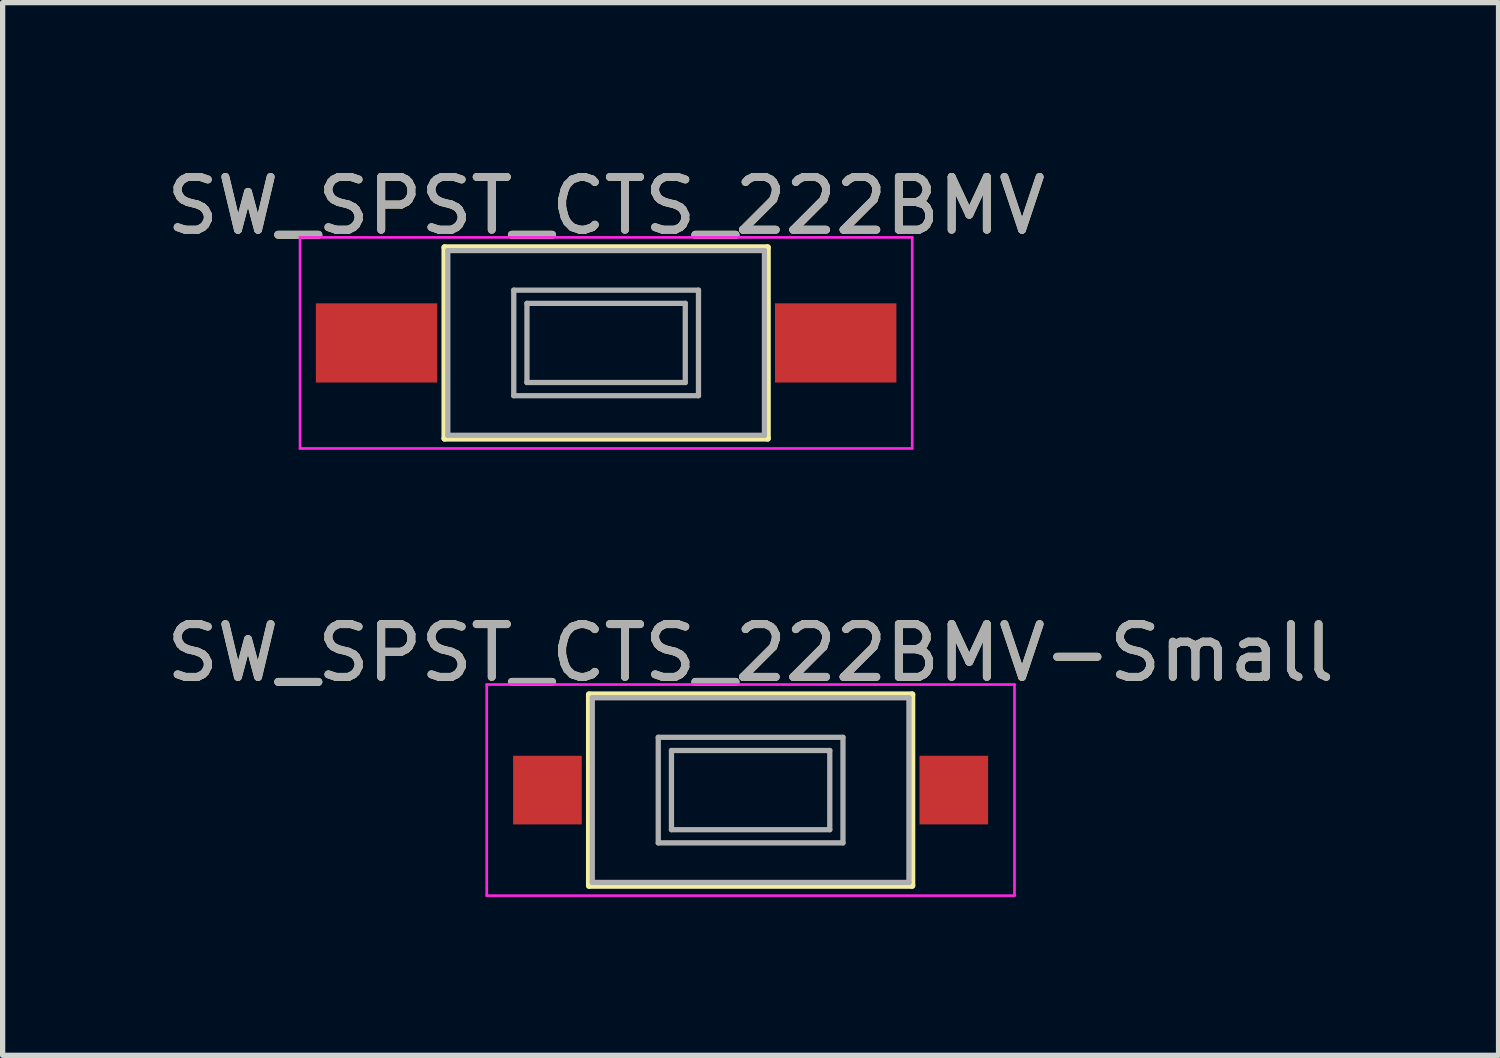
<source format=kicad_pcb>
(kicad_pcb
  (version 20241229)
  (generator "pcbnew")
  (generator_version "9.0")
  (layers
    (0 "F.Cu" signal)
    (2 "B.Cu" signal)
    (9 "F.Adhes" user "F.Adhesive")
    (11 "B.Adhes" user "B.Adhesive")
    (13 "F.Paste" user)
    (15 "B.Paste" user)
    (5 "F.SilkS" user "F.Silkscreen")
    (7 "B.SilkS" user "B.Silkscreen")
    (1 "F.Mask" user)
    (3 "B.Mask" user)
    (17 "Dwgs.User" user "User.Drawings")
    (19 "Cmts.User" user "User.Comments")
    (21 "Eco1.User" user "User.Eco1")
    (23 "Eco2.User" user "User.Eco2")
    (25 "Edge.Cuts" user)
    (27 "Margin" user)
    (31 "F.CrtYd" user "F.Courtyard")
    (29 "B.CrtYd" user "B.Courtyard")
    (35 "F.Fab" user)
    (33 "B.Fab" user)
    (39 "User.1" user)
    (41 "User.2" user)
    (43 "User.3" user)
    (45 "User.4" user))
  (footprint "SW_SPST_CTS_222BMV"
    (layer "F.Cu")
    (at 8.435 3.448)
    (property "Reference" "SW_SPST_CTS_222BMV" (at 0 -2.6 0) (layer "F.SilkS") (effects (font (size 1 1) (thickness 0.15))))
    (attr smd)
    (fp_line (start -3.06 -1.81) (end 3.06 -1.81) (stroke (width 0.12) (type solid)) (layer "F.SilkS"))
    (fp_line (start -3.06 1.81) (end -3.06 -1.81) (stroke (width 0.12) (type solid)) (layer "F.SilkS"))
    (fp_line (start 3.06 -1.81) (end 3.06 1.81) (stroke (width 0.12) (type solid)) (layer "F.SilkS"))
    (fp_line (start 3.06 1.81) (end -3.06 1.81) (stroke (width 0.12) (type solid)) (layer "F.SilkS"))
    (fp_line (start -5.8 -2) (end -5.8 2) (stroke (width 0.05) (type solid)) (layer "F.CrtYd"))
    (fp_line (start -5.8 -2) (end 5.8 -2) (stroke (width 0.05) (type solid)) (layer "F.CrtYd"))
    (fp_line (start -5.8 2) (end 5.8 2) (stroke (width 0.05) (type solid)) (layer "F.CrtYd"))
    (fp_line (start 5.8 -2) (end 5.8 2) (stroke (width 0.05) (type solid)) (layer "F.CrtYd"))
    (fp_line (start -3 -1.75) (end -3 1.75) (stroke (width 0.1) (type solid)) (layer "F.Fab"))
    (fp_line (start -3 -1.75) (end 3 -1.75) (stroke (width 0.1) (type solid)) (layer "F.Fab"))
    (fp_line (start -3 1.75) (end 3 1.75) (stroke (width 0.1) (type solid)) (layer "F.Fab"))
    (fp_line (start -1.75 -1) (end 1.75 -1) (stroke (width 0.1) (type solid)) (layer "F.Fab"))
    (fp_line (start -1.75 1) (end -1.75 -1) (stroke (width 0.1) (type solid)) (layer "F.Fab"))
    (fp_line (start -1.5 -0.75) (end -1.5 0.75) (stroke (width 0.1) (type solid)) (layer "F.Fab"))
    (fp_line (start -1.5 -0.75) (end 1.5 -0.75) (stroke (width 0.1) (type solid)) (layer "F.Fab"))
    (fp_line (start -1.5 0.75) (end 1.5 0.75) (stroke (width 0.1) (type solid)) (layer "F.Fab"))
    (fp_line (start 1.5 -0.75) (end 1.5 0.75) (stroke (width 0.1) (type solid)) (layer "F.Fab"))
    (fp_line (start 1.75 -1) (end 1.75 1) (stroke (width 0.1) (type solid)) (layer "F.Fab"))
    (fp_line (start 1.75 1) (end -1.75 1) (stroke (width 0.1) (type solid)) (layer "F.Fab"))
    (fp_line (start 3 -1.75) (end 3 1.75) (stroke (width 0.1) (type solid)) (layer "F.Fab"))
    (fp_text user "${REFERENCE}" (at 0 -2.6 0) (layer "F.Fab") (effects (font (size 1 1) (thickness 0.15))))
    (pad "1" smd rect (at -4.35 0) (size 2.3 1.5) (layers "F.Cu" "F.Mask" "F.Paste"))
    (pad "2" smd rect (at 4.35 0) (size 2.3 1.5) (layers "F.Cu" "F.Mask" "F.Paste")))
  (footprint "SW_SPST_CTS_222BMV-Small"
    (layer "F.Cu")
    (at 11.173 11.921)
    (property "Reference" "SW_SPST_CTS_222BMV-Small" (at 0 -2.6 0) (layer "F.SilkS") (effects (font (size 1 1) (thickness 0.15))))
    (attr smd)
    (fp_line (start -3.06 -1.81) (end 3.06 -1.81) (stroke (width 0.12) (type solid)) (layer "F.SilkS"))
    (fp_line (start -3.06 1.81) (end -3.06 -1.81) (stroke (width 0.12) (type solid)) (layer "F.SilkS"))
    (fp_line (start 3.06 -1.81) (end 3.06 1.81) (stroke (width 0.12) (type solid)) (layer "F.SilkS"))
    (fp_line (start 3.06 1.81) (end -3.06 1.81) (stroke (width 0.12) (type solid)) (layer "F.SilkS"))
    (fp_line (start -5 -2) (end -5 2) (stroke (width 0.05) (type solid)) (layer "F.CrtYd"))
    (fp_line (start -5 -2) (end 5 -2) (stroke (width 0.05) (type solid)) (layer "F.CrtYd"))
    (fp_line (start -5 2) (end 5 2) (stroke (width 0.05) (type solid)) (layer "F.CrtYd"))
    (fp_line (start 5 -2) (end 5 2) (stroke (width 0.05) (type solid)) (layer "F.CrtYd"))
    (fp_line (start -3 -1.75) (end -3 1.75) (stroke (width 0.1) (type solid)) (layer "F.Fab"))
    (fp_line (start -3 -1.75) (end 3 -1.75) (stroke (width 0.1) (type solid)) (layer "F.Fab"))
    (fp_line (start -3 1.75) (end 3 1.75) (stroke (width 0.1) (type solid)) (layer "F.Fab"))
    (fp_line (start -1.75 -1) (end 1.75 -1) (stroke (width 0.1) (type solid)) (layer "F.Fab"))
    (fp_line (start -1.75 1) (end -1.75 -1) (stroke (width 0.1) (type solid)) (layer "F.Fab"))
    (fp_line (start -1.5 -0.75) (end -1.5 0.75) (stroke (width 0.1) (type solid)) (layer "F.Fab"))
    (fp_line (start -1.5 -0.75) (end 1.5 -0.75) (stroke (width 0.1) (type solid)) (layer "F.Fab"))
    (fp_line (start -1.5 0.75) (end 1.5 0.75) (stroke (width 0.1) (type solid)) (layer "F.Fab"))
    (fp_line (start 1.5 -0.75) (end 1.5 0.75) (stroke (width 0.1) (type solid)) (layer "F.Fab"))
    (fp_line (start 1.75 -1) (end 1.75 1) (stroke (width 0.1) (type solid)) (layer "F.Fab"))
    (fp_line (start 1.75 1) (end -1.75 1) (stroke (width 0.1) (type solid)) (layer "F.Fab"))
    (fp_line (start 3 -1.75) (end 3 1.75) (stroke (width 0.1) (type solid)) (layer "F.Fab"))
    (fp_text user "${REFERENCE}" (at 0 -2.6 0) (layer "F.Fab") (effects (font (size 1 1) (thickness 0.15))))
    (pad "1" smd rect (at -3.85 0) (size 1.3 1.3) (layers "F.Cu" "F.Mask" "F.Paste"))
    (pad "2" smd rect (at 3.85 0) (size 1.3 1.3) (layers "F.Cu" "F.Mask" "F.Paste")))
  (gr_rect
    (start -3 -3)
    (end 25.345 16.947)
    (stroke (width 0.1) (type default))
    (fill no)
    (layer "Edge.Cuts")))
</source>
